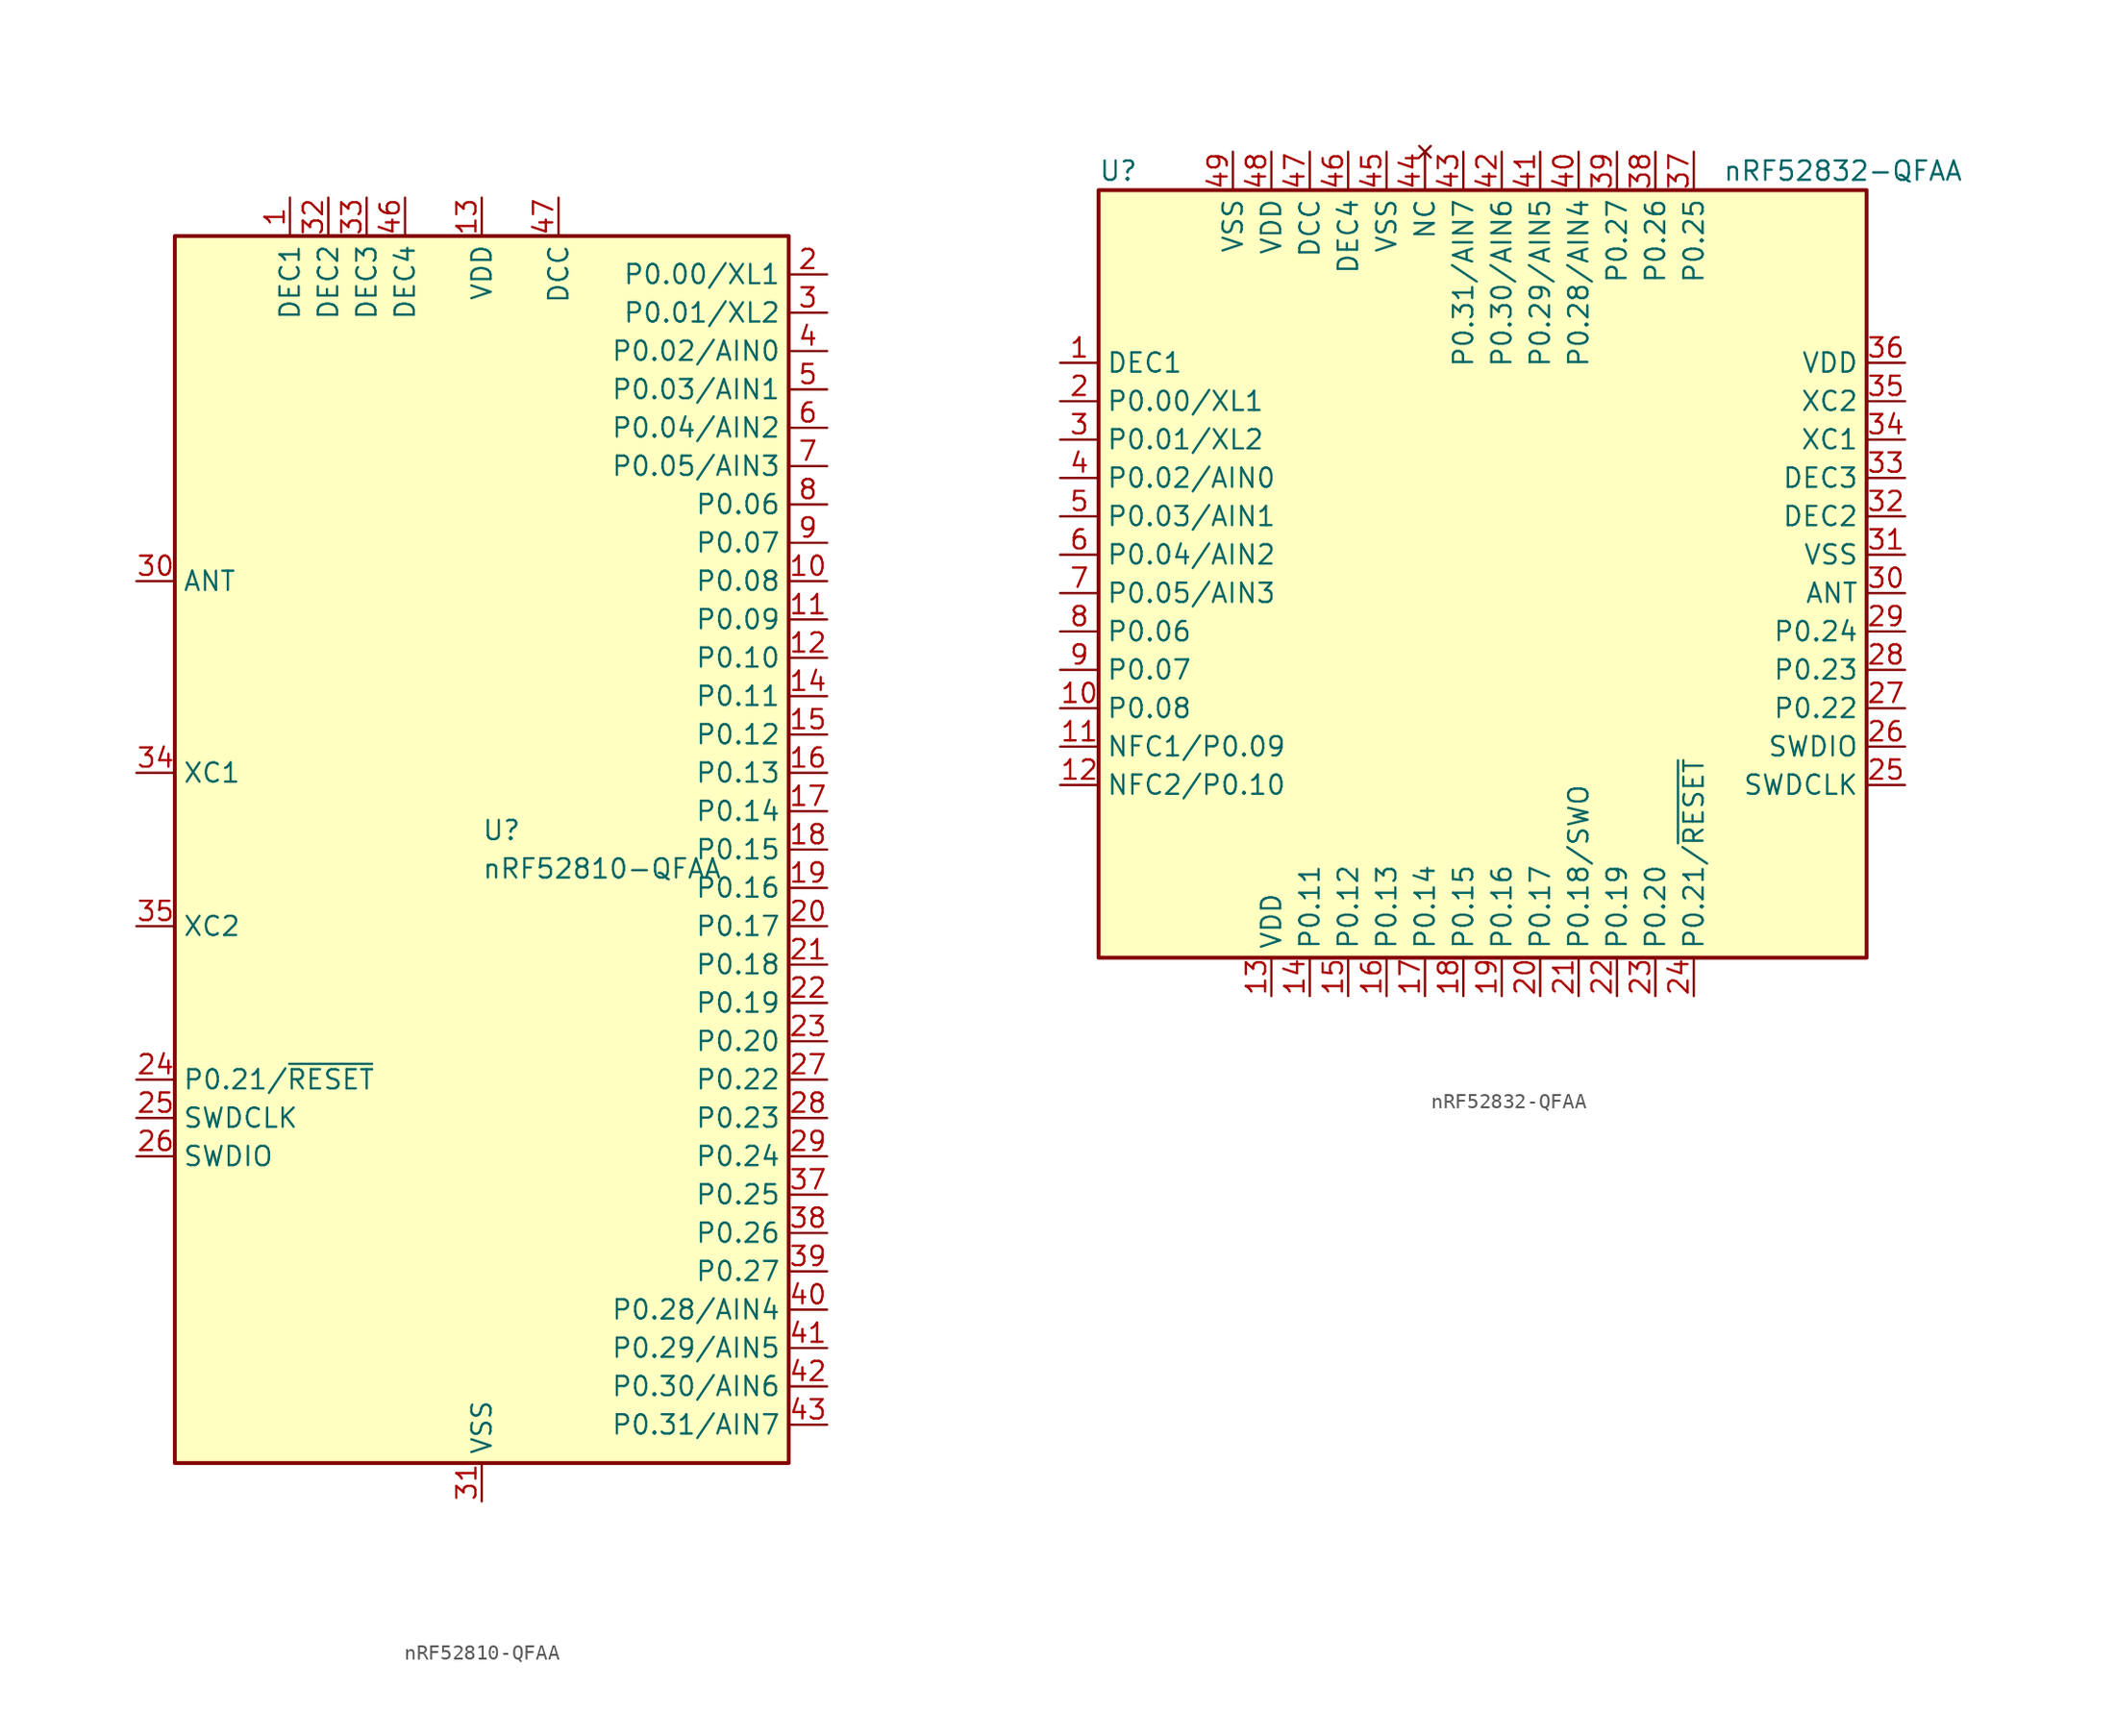
<source format=kicad_sym>
(kicad_symbol_lib
  (version 20220914)
  (generator kicad_symbol_editor)
  (symbol "nRF52810-QFAA"
    (property "Reference" "U"
      (at 0 1.27 0)
      (effects (font (size 1.27 1.27)) (justify left)))
    (property "Value" "nRF52810-QFAA"
      (at 0 -1.27 0)
      (effects (font (size 1.27 1.27)) (justify left)))
    (symbol "nRF52810-QFAA_0_1"
      (rectangle (start -20.32 40.64) (end 20.32 -40.64) (stroke (width 0.254) (type default)) (fill (type background))))
    (symbol "nRF52810-QFAA_1_1"
      (pin passive line (at -12.7 43.18 270) (length 2.54) (name "DEC1" (effects (font (size 1.27 1.27)))) (number "1" (effects (font (size 1.27 1.27)))))
      (pin bidirectional line (at 22.86 17.78 180) (length 2.54) (name "P0.08" (effects (font (size 1.27 1.27)))) (number "10" (effects (font (size 1.27 1.27)))))
      (pin bidirectional line (at 22.86 15.24 180) (length 2.54) (name "P0.09" (effects (font (size 1.27 1.27)))) (number "11" (effects (font (size 1.27 1.27)))))
      (pin bidirectional line (at 22.86 12.7 180) (length 2.54) (name "P0.10" (effects (font (size 1.27 1.27)))) (number "12" (effects (font (size 1.27 1.27)))))
      (pin power_in line (at 0 43.18 270) (length 2.54) (name "VDD" (effects (font (size 1.27 1.27)))) (number "13" (effects (font (size 1.27 1.27)))))
      (pin bidirectional line (at 22.86 10.16 180) (length 2.54) (name "P0.11" (effects (font (size 1.27 1.27)))) (number "14" (effects (font (size 1.27 1.27)))))
      (pin bidirectional line (at 22.86 7.62 180) (length 2.54) (name "P0.12" (effects (font (size 1.27 1.27)))) (number "15" (effects (font (size 1.27 1.27)))))
      (pin bidirectional line (at 22.86 5.08 180) (length 2.54) (name "P0.13" (effects (font (size 1.27 1.27)))) (number "16" (effects (font (size 1.27 1.27)))))
      (pin bidirectional line (at 22.86 2.54 180) (length 2.54) (name "P0.14" (effects (font (size 1.27 1.27)))) (number "17" (effects (font (size 1.27 1.27)))))
      (pin bidirectional line (at 22.86 0 180) (length 2.54) (name "P0.15" (effects (font (size 1.27 1.27)))) (number "18" (effects (font (size 1.27 1.27)))))
      (pin bidirectional line (at 22.86 -2.54 180) (length 2.54) (name "P0.16" (effects (font (size 1.27 1.27)))) (number "19" (effects (font (size 1.27 1.27)))))
      (pin bidirectional line (at 22.86 38.1 180) (length 2.54) (name "P0.00/XL1" (effects (font (size 1.27 1.27)))) (number "2" (effects (font (size 1.27 1.27)))))
      (pin bidirectional line (at 22.86 -5.08 180) (length 2.54) (name "P0.17" (effects (font (size 1.27 1.27)))) (number "20" (effects (font (size 1.27 1.27)))))
      (pin bidirectional line (at 22.86 -7.62 180) (length 2.54) (name "P0.18" (effects (font (size 1.27 1.27)))) (number "21" (effects (font (size 1.27 1.27)))))
      (pin bidirectional line (at 22.86 -10.16 180) (length 2.54) (name "P0.19" (effects (font (size 1.27 1.27)))) (number "22" (effects (font (size 1.27 1.27)))))
      (pin bidirectional line (at 22.86 -12.7 180) (length 2.54) (name "P0.20" (effects (font (size 1.27 1.27)))) (number "23" (effects (font (size 1.27 1.27)))))
      (pin bidirectional line (at -22.86 -15.24 0) (length 2.54) (name "P0.21/~{RESET}" (effects (font (size 1.27 1.27)))) (number "24" (effects (font (size 1.27 1.27)))))
      (pin input line (at -22.86 -17.78 0) (length 2.54) (name "SWDCLK" (effects (font (size 1.27 1.27)))) (number "25" (effects (font (size 1.27 1.27)))))
      (pin bidirectional line (at -22.86 -20.32 0) (length 2.54) (name "SWDIO" (effects (font (size 1.27 1.27)))) (number "26" (effects (font (size 1.27 1.27)))))
      (pin bidirectional line (at 22.86 -15.24 180) (length 2.54) (name "P0.22" (effects (font (size 1.27 1.27)))) (number "27" (effects (font (size 1.27 1.27)))))
      (pin bidirectional line (at 22.86 -17.78 180) (length 2.54) (name "P0.23" (effects (font (size 1.27 1.27)))) (number "28" (effects (font (size 1.27 1.27)))))
      (pin bidirectional line (at 22.86 -20.32 180) (length 2.54) (name "P0.24" (effects (font (size 1.27 1.27)))) (number "29" (effects (font (size 1.27 1.27)))))
      (pin bidirectional line (at 22.86 35.56 180) (length 2.54) (name "P0.01/XL2" (effects (font (size 1.27 1.27)))) (number "3" (effects (font (size 1.27 1.27)))))
      (pin passive line (at -22.86 17.78 0) (length 2.54) (name "ANT" (effects (font (size 1.27 1.27)))) (number "30" (effects (font (size 1.27 1.27)))))
      (pin power_in line (at 0 -43.18 90) (length 2.54) (name "VSS" (effects (font (size 1.27 1.27)))) (number "31" (effects (font (size 1.27 1.27)))))
      (pin passive line (at -10.16 43.18 270) (length 2.54) (name "DEC2" (effects (font (size 1.27 1.27)))) (number "32" (effects (font (size 1.27 1.27)))))
      (pin passive line (at -7.62 43.18 270) (length 2.54) (name "DEC3" (effects (font (size 1.27 1.27)))) (number "33" (effects (font (size 1.27 1.27)))))
      (pin input line (at -22.86 5.08 0) (length 2.54) (name "XC1" (effects (font (size 1.27 1.27)))) (number "34" (effects (font (size 1.27 1.27)))))
      (pin input line (at -22.86 -5.08 0) (length 2.54) (name "XC2" (effects (font (size 1.27 1.27)))) (number "35" (effects (font (size 1.27 1.27)))))
      (pin passive line (at 0 43.18 270) (length 2.54) hide (name "VDD" (effects (font (size 1.27 1.27)))) (number "36" (effects (font (size 1.27 1.27)))))
      (pin bidirectional line (at 22.86 -22.86 180) (length 2.54) (name "P0.25" (effects (font (size 1.27 1.27)))) (number "37" (effects (font (size 1.27 1.27)))))
      (pin bidirectional line (at 22.86 -25.4 180) (length 2.54) (name "P0.26" (effects (font (size 1.27 1.27)))) (number "38" (effects (font (size 1.27 1.27)))))
      (pin bidirectional line (at 22.86 -27.94 180) (length 2.54) (name "P0.27" (effects (font (size 1.27 1.27)))) (number "39" (effects (font (size 1.27 1.27)))))
      (pin bidirectional line (at 22.86 33.02 180) (length 2.54) (name "P0.02/AIN0" (effects (font (size 1.27 1.27)))) (number "4" (effects (font (size 1.27 1.27)))))
      (pin bidirectional line (at 22.86 -30.48 180) (length 2.54) (name "P0.28/AIN4" (effects (font (size 1.27 1.27)))) (number "40" (effects (font (size 1.27 1.27)))))
      (pin bidirectional line (at 22.86 -33.02 180) (length 2.54) (name "P0.29/AIN5" (effects (font (size 1.27 1.27)))) (number "41" (effects (font (size 1.27 1.27)))))
      (pin bidirectional line (at 22.86 -35.56 180) (length 2.54) (name "P0.30/AIN6" (effects (font (size 1.27 1.27)))) (number "42" (effects (font (size 1.27 1.27)))))
      (pin bidirectional line (at 22.86 -38.1 180) (length 2.54) (name "P0.31/AIN7" (effects (font (size 1.27 1.27)))) (number "43" (effects (font (size 1.27 1.27)))))
      (pin no_connect line (at -20.32 -30.48 0) (length 2.54) hide (name "NC" (effects (font (size 1.27 1.27)))) (number "44" (effects (font (size 1.27 1.27)))))
      (pin passive line (at 0 -43.18 90) (length 2.54) hide (name "VSS" (effects (font (size 1.27 1.27)))) (number "45" (effects (font (size 1.27 1.27)))))
      (pin passive line (at -5.08 43.18 270) (length 2.54) (name "DEC4" (effects (font (size 1.27 1.27)))) (number "46" (effects (font (size 1.27 1.27)))))
      (pin power_out line (at 5.08 43.18 270) (length 2.54) (name "DCC" (effects (font (size 1.27 1.27)))) (number "47" (effects (font (size 1.27 1.27)))))
      (pin passive line (at 0 43.18 270) (length 2.54) hide (name "VDD" (effects (font (size 1.27 1.27)))) (number "48" (effects (font (size 1.27 1.27)))))
      (pin passive line (at 0 -43.18 90) (length 2.54) hide (name "VSS" (effects (font (size 1.27 1.27)))) (number "49" (effects (font (size 1.27 1.27)))))
      (pin bidirectional line (at 22.86 30.48 180) (length 2.54) (name "P0.03/AIN1" (effects (font (size 1.27 1.27)))) (number "5" (effects (font (size 1.27 1.27)))))
      (pin bidirectional line (at 22.86 27.94 180) (length 2.54) (name "P0.04/AIN2" (effects (font (size 1.27 1.27)))) (number "6" (effects (font (size 1.27 1.27)))))
      (pin bidirectional line (at 22.86 25.4 180) (length 2.54) (name "P0.05/AIN3" (effects (font (size 1.27 1.27)))) (number "7" (effects (font (size 1.27 1.27)))))
      (pin bidirectional line (at 22.86 22.86 180) (length 2.54) (name "P0.06" (effects (font (size 1.27 1.27)))) (number "8" (effects (font (size 1.27 1.27)))))
      (pin bidirectional line (at 22.86 20.32 180) (length 2.54) (name "P0.07" (effects (font (size 1.27 1.27)))) (number "9" (effects (font (size 1.27 1.27)))))))
  (symbol "nRF52832-QFAA"
    (property "Reference" "U"
      (at -25.4 26.67 0)
      (effects (font (size 1.27 1.27)) (justify left)))
    (property "Value" "nRF52832-QFAA"
      (at 15.875 26.67 0)
      (effects (font (size 1.27 1.27)) (justify left)))
    (symbol "nRF52832-QFAA_0_1"
      (rectangle (start -25.4 25.4) (end 25.4 -25.4) (stroke (width 0.254) (type default)) (fill (type background))))
    (symbol "nRF52832-QFAA_1_1"
      (pin passive line (at -27.94 13.97 0) (length 2.54) (name "DEC1" (effects (font (size 1.27 1.27)))) (number "1" (effects (font (size 1.27 1.27)))))
      (pin bidirectional line (at -27.94 -8.89 0) (length 2.54) (name "P0.08" (effects (font (size 1.27 1.27)))) (number "10" (effects (font (size 1.27 1.27)))))
      (pin bidirectional line (at -27.94 -11.43 0) (length 2.54) (name "NFC1/P0.09" (effects (font (size 1.27 1.27)))) (number "11" (effects (font (size 1.27 1.27)))))
      (pin bidirectional line (at -27.94 -13.97 0) (length 2.54) (name "NFC2/P0.10" (effects (font (size 1.27 1.27)))) (number "12" (effects (font (size 1.27 1.27)))))
      (pin power_in line (at -13.97 -27.94 90) (length 2.54) (name "VDD" (effects (font (size 1.27 1.27)))) (number "13" (effects (font (size 1.27 1.27)))))
      (pin bidirectional line (at -11.43 -27.94 90) (length 2.54) (name "P0.11" (effects (font (size 1.27 1.27)))) (number "14" (effects (font (size 1.27 1.27)))))
      (pin bidirectional line (at -8.89 -27.94 90) (length 2.54) (name "P0.12" (effects (font (size 1.27 1.27)))) (number "15" (effects (font (size 1.27 1.27)))))
      (pin bidirectional line (at -6.35 -27.94 90) (length 2.54) (name "P0.13" (effects (font (size 1.27 1.27)))) (number "16" (effects (font (size 1.27 1.27)))))
      (pin bidirectional line (at -3.81 -27.94 90) (length 2.54) (name "P0.14" (effects (font (size 1.27 1.27)))) (number "17" (effects (font (size 1.27 1.27)))))
      (pin bidirectional line (at -1.27 -27.94 90) (length 2.54) (name "P0.15" (effects (font (size 1.27 1.27)))) (number "18" (effects (font (size 1.27 1.27)))))
      (pin bidirectional line (at 1.27 -27.94 90) (length 2.54) (name "P0.16" (effects (font (size 1.27 1.27)))) (number "19" (effects (font (size 1.27 1.27)))))
      (pin bidirectional line (at -27.94 11.43 0) (length 2.54) (name "P0.00/XL1" (effects (font (size 1.27 1.27)))) (number "2" (effects (font (size 1.27 1.27)))))
      (pin bidirectional line (at 3.81 -27.94 90) (length 2.54) (name "P0.17" (effects (font (size 1.27 1.27)))) (number "20" (effects (font (size 1.27 1.27)))))
      (pin bidirectional line (at 6.35 -27.94 90) (length 2.54) (name "P0.18/SWO" (effects (font (size 1.27 1.27)))) (number "21" (effects (font (size 1.27 1.27)))))
      (pin bidirectional line (at 8.89 -27.94 90) (length 2.54) (name "P0.19" (effects (font (size 1.27 1.27)))) (number "22" (effects (font (size 1.27 1.27)))))
      (pin bidirectional line (at 11.43 -27.94 90) (length 2.54) (name "P0.20" (effects (font (size 1.27 1.27)))) (number "23" (effects (font (size 1.27 1.27)))))
      (pin bidirectional line (at 13.97 -27.94 90) (length 2.54) (name "P0.21/~{RESET}" (effects (font (size 1.27 1.27)))) (number "24" (effects (font (size 1.27 1.27)))))
      (pin input line (at 27.94 -13.97 180) (length 2.54) (name "SWDCLK" (effects (font (size 1.27 1.27)))) (number "25" (effects (font (size 1.27 1.27)))))
      (pin bidirectional line (at 27.94 -11.43 180) (length 2.54) (name "SWDIO" (effects (font (size 1.27 1.27)))) (number "26" (effects (font (size 1.27 1.27)))))
      (pin bidirectional line (at 27.94 -8.89 180) (length 2.54) (name "P0.22" (effects (font (size 1.27 1.27)))) (number "27" (effects (font (size 1.27 1.27)))))
      (pin bidirectional line (at 27.94 -6.35 180) (length 2.54) (name "P0.23" (effects (font (size 1.27 1.27)))) (number "28" (effects (font (size 1.27 1.27)))))
      (pin bidirectional line (at 27.94 -3.81 180) (length 2.54) (name "P0.24" (effects (font (size 1.27 1.27)))) (number "29" (effects (font (size 1.27 1.27)))))
      (pin bidirectional line (at -27.94 8.89 0) (length 2.54) (name "P0.01/XL2" (effects (font (size 1.27 1.27)))) (number "3" (effects (font (size 1.27 1.27)))))
      (pin passive line (at 27.94 -1.27 180) (length 2.54) (name "ANT" (effects (font (size 1.27 1.27)))) (number "30" (effects (font (size 1.27 1.27)))))
      (pin power_in line (at 27.94 1.27 180) (length 2.54) (name "VSS" (effects (font (size 1.27 1.27)))) (number "31" (effects (font (size 1.27 1.27)))))
      (pin passive line (at 27.94 3.81 180) (length 2.54) (name "DEC2" (effects (font (size 1.27 1.27)))) (number "32" (effects (font (size 1.27 1.27)))))
      (pin passive line (at 27.94 6.35 180) (length 2.54) (name "DEC3" (effects (font (size 1.27 1.27)))) (number "33" (effects (font (size 1.27 1.27)))))
      (pin input line (at 27.94 8.89 180) (length 2.54) (name "XC1" (effects (font (size 1.27 1.27)))) (number "34" (effects (font (size 1.27 1.27)))))
      (pin input line (at 27.94 11.43 180) (length 2.54) (name "XC2" (effects (font (size 1.27 1.27)))) (number "35" (effects (font (size 1.27 1.27)))))
      (pin passive line (at 27.94 13.97 180) (length 2.54) (name "VDD" (effects (font (size 1.27 1.27)))) (number "36" (effects (font (size 1.27 1.27)))))
      (pin passive line (at 13.97 27.94 270) (length 2.54) (name "P0.25" (effects (font (size 1.27 1.27)))) (number "37" (effects (font (size 1.27 1.27)))))
      (pin passive line (at 11.43 27.94 270) (length 2.54) (name "P0.26" (effects (font (size 1.27 1.27)))) (number "38" (effects (font (size 1.27 1.27)))))
      (pin bidirectional line (at 8.89 27.94 270) (length 2.54) (name "P0.27" (effects (font (size 1.27 1.27)))) (number "39" (effects (font (size 1.27 1.27)))))
      (pin bidirectional line (at -27.94 6.35 0) (length 2.54) (name "P0.02/AIN0" (effects (font (size 1.27 1.27)))) (number "4" (effects (font (size 1.27 1.27)))))
      (pin bidirectional line (at 6.35 27.94 270) (length 2.54) (name "P0.28/AIN4" (effects (font (size 1.27 1.27)))) (number "40" (effects (font (size 1.27 1.27)))))
      (pin bidirectional line (at 3.81 27.94 270) (length 2.54) (name "P0.29/AIN5" (effects (font (size 1.27 1.27)))) (number "41" (effects (font (size 1.27 1.27)))))
      (pin bidirectional line (at 1.27 27.94 270) (length 2.54) (name "P0.30/AIN6" (effects (font (size 1.27 1.27)))) (number "42" (effects (font (size 1.27 1.27)))))
      (pin bidirectional line (at -1.27 27.94 270) (length 2.54) (name "P0.31/AIN7" (effects (font (size 1.27 1.27)))) (number "43" (effects (font (size 1.27 1.27)))))
      (pin no_connect line (at -3.81 27.94 270) (length 2.54) (name "NC" (effects (font (size 1.27 1.27)))) (number "44" (effects (font (size 1.27 1.27)))))
      (pin passive line (at -6.35 27.94 270) (length 2.54) (name "VSS" (effects (font (size 1.27 1.27)))) (number "45" (effects (font (size 1.27 1.27)))))
      (pin passive line (at -8.89 27.94 270) (length 2.54) (name "DEC4" (effects (font (size 1.27 1.27)))) (number "46" (effects (font (size 1.27 1.27)))))
      (pin power_out line (at -11.43 27.94 270) (length 2.54) (name "DCC" (effects (font (size 1.27 1.27)))) (number "47" (effects (font (size 1.27 1.27)))))
      (pin passive line (at -13.97 27.94 270) (length 2.54) (name "VDD" (effects (font (size 1.27 1.27)))) (number "48" (effects (font (size 1.27 1.27)))))
      (pin passive line (at -16.51 27.94 270) (length 2.54) (name "VSS" (effects (font (size 1.27 1.27)))) (number "49" (effects (font (size 1.27 1.27)))))
      (pin bidirectional line (at -27.94 3.81 0) (length 2.54) (name "P0.03/AIN1" (effects (font (size 1.27 1.27)))) (number "5" (effects (font (size 1.27 1.27)))))
      (pin bidirectional line (at -27.94 1.27 0) (length 2.54) (name "P0.04/AIN2" (effects (font (size 1.27 1.27)))) (number "6" (effects (font (size 1.27 1.27)))))
      (pin bidirectional line (at -27.94 -1.27 0) (length 2.54) (name "P0.05/AIN3" (effects (font (size 1.27 1.27)))) (number "7" (effects (font (size 1.27 1.27)))))
      (pin bidirectional line (at -27.94 -3.81 0) (length 2.54) (name "P0.06" (effects (font (size 1.27 1.27)))) (number "8" (effects (font (size 1.27 1.27)))))
      (pin bidirectional line (at -27.94 -6.35 0) (length 2.54) (name "P0.07" (effects (font (size 1.27 1.27)))) (number "9" (effects (font (size 1.27 1.27))))))))
</source>
